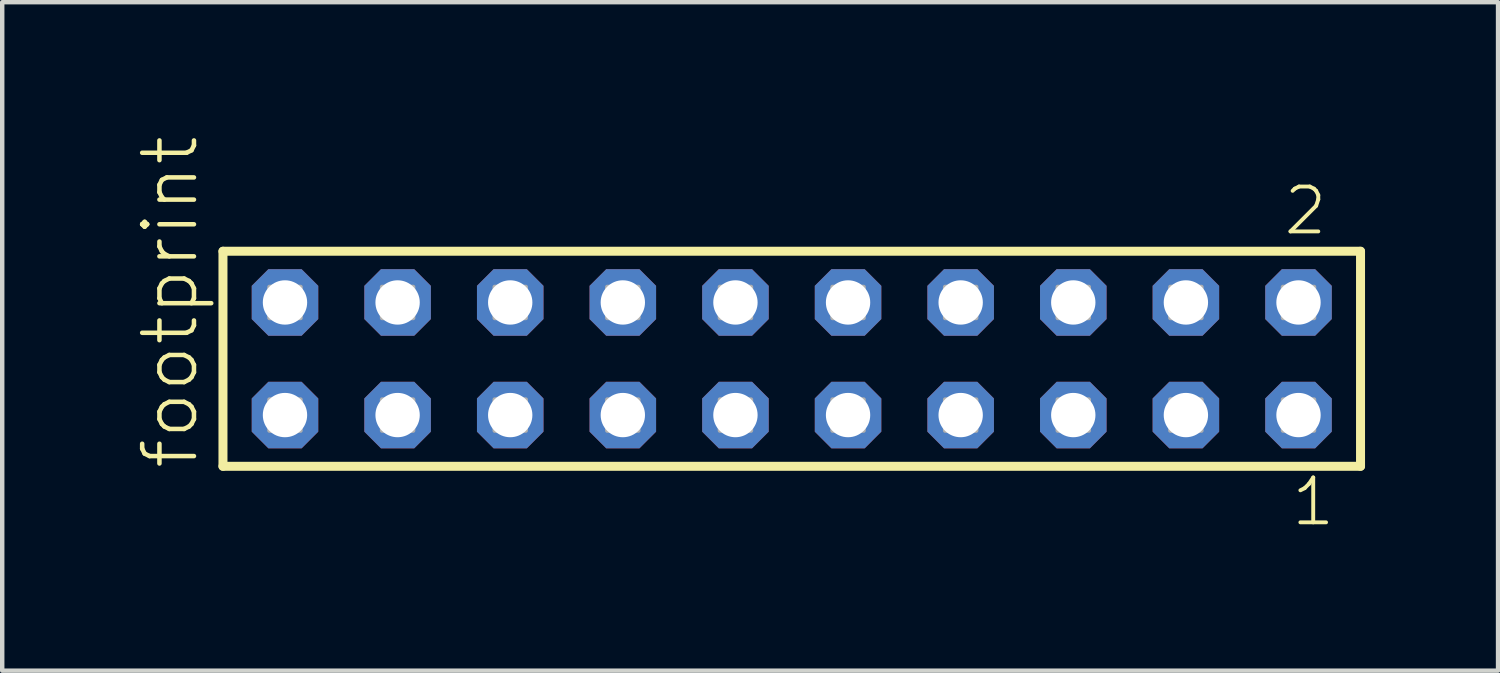
<source format=kicad_pcb>
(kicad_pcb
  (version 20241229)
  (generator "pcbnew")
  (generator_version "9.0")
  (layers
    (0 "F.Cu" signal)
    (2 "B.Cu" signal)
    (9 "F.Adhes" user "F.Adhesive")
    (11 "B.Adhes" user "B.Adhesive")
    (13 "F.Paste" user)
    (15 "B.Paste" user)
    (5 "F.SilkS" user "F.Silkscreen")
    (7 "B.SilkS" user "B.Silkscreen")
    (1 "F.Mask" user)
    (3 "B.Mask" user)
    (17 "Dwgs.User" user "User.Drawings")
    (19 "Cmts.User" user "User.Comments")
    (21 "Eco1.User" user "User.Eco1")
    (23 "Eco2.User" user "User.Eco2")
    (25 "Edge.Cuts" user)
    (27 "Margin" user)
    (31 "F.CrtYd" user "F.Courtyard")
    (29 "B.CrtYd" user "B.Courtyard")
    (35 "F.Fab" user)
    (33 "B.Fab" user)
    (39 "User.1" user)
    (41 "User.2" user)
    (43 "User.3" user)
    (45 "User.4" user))
  (footprint "footprint"
    (layer "F.Cu")
    (at 14.808 5.042)
    (property "Reference" "footprint" (at -13.335 2.54 90) (layer "F.SilkS") (effects (font (size 1.168 1.168) (thickness 0.102)) (justify left bottom)))
    (fp_line (start -12.829 -2.425) (end 12.829 -2.425) (stroke (width 0.203) (type solid)) (layer "F.SilkS"))
    (fp_line (start -12.829 2.425) (end -12.829 -2.425) (stroke (width 0.203) (type solid)) (layer "F.SilkS"))
    (fp_line (start 12.829 -2.425) (end 12.829 2.425) (stroke (width 0.203) (type solid)) (layer "F.SilkS"))
    (fp_line (start 12.829 2.425) (end -12.829 2.425) (stroke (width 0.203) (type solid)) (layer "F.SilkS"))
    (fp_poly (pts (xy -11.78 -0.92) (xy -11.08 -0.92) (xy -11.08 -1.62) (xy -11.78 -1.62)) (stroke (width 0.1) (type solid)) (fill no) (layer "F.Fab"))
    (fp_poly (pts (xy -11.78 1.62) (xy -11.08 1.62) (xy -11.08 0.92) (xy -11.78 0.92)) (stroke (width 0.1) (type solid)) (fill no) (layer "F.Fab"))
    (fp_poly (pts (xy -9.24 -0.92) (xy -8.54 -0.92) (xy -8.54 -1.62) (xy -9.24 -1.62)) (stroke (width 0.1) (type solid)) (fill no) (layer "F.Fab"))
    (fp_poly (pts (xy -9.24 1.62) (xy -8.54 1.62) (xy -8.54 0.92) (xy -9.24 0.92)) (stroke (width 0.1) (type solid)) (fill no) (layer "F.Fab"))
    (fp_poly (pts (xy -6.7 -0.92) (xy -6 -0.92) (xy -6 -1.62) (xy -6.7 -1.62)) (stroke (width 0.1) (type solid)) (fill no) (layer "F.Fab"))
    (fp_poly (pts (xy -6.7 1.62) (xy -6 1.62) (xy -6 0.92) (xy -6.7 0.92)) (stroke (width 0.1) (type solid)) (fill no) (layer "F.Fab"))
    (fp_poly (pts (xy -4.16 -0.92) (xy -3.46 -0.92) (xy -3.46 -1.62) (xy -4.16 -1.62)) (stroke (width 0.1) (type solid)) (fill no) (layer "F.Fab"))
    (fp_poly (pts (xy -4.16 1.62) (xy -3.46 1.62) (xy -3.46 0.92) (xy -4.16 0.92)) (stroke (width 0.1) (type solid)) (fill no) (layer "F.Fab"))
    (fp_poly (pts (xy -1.62 -0.92) (xy -0.92 -0.92) (xy -0.92 -1.62) (xy -1.62 -1.62)) (stroke (width 0.1) (type solid)) (fill no) (layer "F.Fab"))
    (fp_poly (pts (xy -1.62 1.62) (xy -0.92 1.62) (xy -0.92 0.92) (xy -1.62 0.92)) (stroke (width 0.1) (type solid)) (fill no) (layer "F.Fab"))
    (fp_poly (pts (xy 0.92 -0.92) (xy 1.62 -0.92) (xy 1.62 -1.62) (xy 0.92 -1.62)) (stroke (width 0.1) (type solid)) (fill no) (layer "F.Fab"))
    (fp_poly (pts (xy 0.92 1.62) (xy 1.62 1.62) (xy 1.62 0.92) (xy 0.92 0.92)) (stroke (width 0.1) (type solid)) (fill no) (layer "F.Fab"))
    (fp_poly (pts (xy 3.46 -0.92) (xy 4.16 -0.92) (xy 4.16 -1.62) (xy 3.46 -1.62)) (stroke (width 0.1) (type solid)) (fill no) (layer "F.Fab"))
    (fp_poly (pts (xy 3.46 1.62) (xy 4.16 1.62) (xy 4.16 0.92) (xy 3.46 0.92)) (stroke (width 0.1) (type solid)) (fill no) (layer "F.Fab"))
    (fp_poly (pts (xy 6 -0.92) (xy 6.7 -0.92) (xy 6.7 -1.62) (xy 6 -1.62)) (stroke (width 0.1) (type solid)) (fill no) (layer "F.Fab"))
    (fp_poly (pts (xy 6 1.62) (xy 6.7 1.62) (xy 6.7 0.92) (xy 6 0.92)) (stroke (width 0.1) (type solid)) (fill no) (layer "F.Fab"))
    (fp_poly (pts (xy 8.54 -0.92) (xy 9.24 -0.92) (xy 9.24 -1.62) (xy 8.54 -1.62)) (stroke (width 0.1) (type solid)) (fill no) (layer "F.Fab"))
    (fp_poly (pts (xy 8.54 1.62) (xy 9.24 1.62) (xy 9.24 0.92) (xy 8.54 0.92)) (stroke (width 0.1) (type solid)) (fill no) (layer "F.Fab"))
    (fp_poly (pts (xy 11.08 -0.92) (xy 11.78 -0.92) (xy 11.78 -1.62) (xy 11.08 -1.62)) (stroke (width 0.1) (type solid)) (fill no) (layer "F.Fab"))
    (fp_poly (pts (xy 11.08 1.62) (xy 11.78 1.62) (xy 11.78 0.92) (xy 11.08 0.92)) (stroke (width 0.1) (type solid)) (fill no) (layer "F.Fab"))
    (fp_text user "1" (at 11.222 3.818 0) (layer "F.SilkS") (effects (font (size 1.012 1.012) (thickness 0.088)) (justify left bottom)))
    (fp_text user "2" (at 11.047 -2.744 0) (layer "F.SilkS") (effects (font (size 1.012 1.012) (thickness 0.088)) (justify left bottom)))
    (pad "1" thru_hole roundrect (at 11.43 1.27 180) (size 1.5 1.5) (drill 1) (layers "*.Cu" "*.Mask") (roundrect_rratio 0.25) (chamfer_ratio 0.25) (chamfer top_left top_right bottom_left bottom_right))
    (pad "2" thru_hole roundrect (at 11.43 -1.27 180) (size 1.5 1.5) (drill 1) (layers "*.Cu" "*.Mask") (roundrect_rratio 0.25) (chamfer_ratio 0.25) (chamfer top_left top_right bottom_left bottom_right))
    (pad "3" thru_hole roundrect (at 8.89 1.27 180) (size 1.5 1.5) (drill 1) (layers "*.Cu" "*.Mask") (roundrect_rratio 0.25) (chamfer_ratio 0.25) (chamfer top_left top_right bottom_left bottom_right))
    (pad "4" thru_hole roundrect (at 8.89 -1.27 180) (size 1.5 1.5) (drill 1) (layers "*.Cu" "*.Mask") (roundrect_rratio 0.25) (chamfer_ratio 0.25) (chamfer top_left top_right bottom_left bottom_right))
    (pad "5" thru_hole roundrect (at 6.35 1.27 180) (size 1.5 1.5) (drill 1) (layers "*.Cu" "*.Mask") (roundrect_rratio 0.25) (chamfer_ratio 0.25) (chamfer top_left top_right bottom_left bottom_right))
    (pad "6" thru_hole roundrect (at 6.35 -1.27 180) (size 1.5 1.5) (drill 1) (layers "*.Cu" "*.Mask") (roundrect_rratio 0.25) (chamfer_ratio 0.25) (chamfer top_left top_right bottom_left bottom_right))
    (pad "7" thru_hole roundrect (at 3.81 1.27 180) (size 1.5 1.5) (drill 1) (layers "*.Cu" "*.Mask") (roundrect_rratio 0.25) (chamfer_ratio 0.25) (chamfer top_left top_right bottom_left bottom_right))
    (pad "8" thru_hole roundrect (at 3.81 -1.27 180) (size 1.5 1.5) (drill 1) (layers "*.Cu" "*.Mask") (roundrect_rratio 0.25) (chamfer_ratio 0.25) (chamfer top_left top_right bottom_left bottom_right))
    (pad "9" thru_hole roundrect (at 1.27 1.27 180) (size 1.5 1.5) (drill 1) (layers "*.Cu" "*.Mask") (roundrect_rratio 0.25) (chamfer_ratio 0.25) (chamfer top_left top_right bottom_left bottom_right))
    (pad "10" thru_hole roundrect (at 1.27 -1.27 180) (size 1.5 1.5) (drill 1) (layers "*.Cu" "*.Mask") (roundrect_rratio 0.25) (chamfer_ratio 0.25) (chamfer top_left top_right bottom_left bottom_right))
    (pad "11" thru_hole roundrect (at -1.27 1.27 180) (size 1.5 1.5) (drill 1) (layers "*.Cu" "*.Mask") (roundrect_rratio 0.25) (chamfer_ratio 0.25) (chamfer top_left top_right bottom_left bottom_right))
    (pad "12" thru_hole roundrect (at -1.27 -1.27 180) (size 1.5 1.5) (drill 1) (layers "*.Cu" "*.Mask") (roundrect_rratio 0.25) (chamfer_ratio 0.25) (chamfer top_left top_right bottom_left bottom_right))
    (pad "13" thru_hole roundrect (at -3.81 1.27 180) (size 1.5 1.5) (drill 1) (layers "*.Cu" "*.Mask") (roundrect_rratio 0.25) (chamfer_ratio 0.25) (chamfer top_left top_right bottom_left bottom_right))
    (pad "14" thru_hole roundrect (at -3.81 -1.27 180) (size 1.5 1.5) (drill 1) (layers "*.Cu" "*.Mask") (roundrect_rratio 0.25) (chamfer_ratio 0.25) (chamfer top_left top_right bottom_left bottom_right))
    (pad "15" thru_hole roundrect (at -6.35 1.27 180) (size 1.5 1.5) (drill 1) (layers "*.Cu" "*.Mask") (roundrect_rratio 0.25) (chamfer_ratio 0.25) (chamfer top_left top_right bottom_left bottom_right))
    (pad "16" thru_hole roundrect (at -6.35 -1.27 180) (size 1.5 1.5) (drill 1) (layers "*.Cu" "*.Mask") (roundrect_rratio 0.25) (chamfer_ratio 0.25) (chamfer top_left top_right bottom_left bottom_right))
    (pad "17" thru_hole roundrect (at -8.89 1.27 180) (size 1.5 1.5) (drill 1) (layers "*.Cu" "*.Mask") (roundrect_rratio 0.25) (chamfer_ratio 0.25) (chamfer top_left top_right bottom_left bottom_right))
    (pad "18" thru_hole roundrect (at -8.89 -1.27 180) (size 1.5 1.5) (drill 1) (layers "*.Cu" "*.Mask") (roundrect_rratio 0.25) (chamfer_ratio 0.25) (chamfer top_left top_right bottom_left bottom_right))
    (pad "19" thru_hole roundrect (at -11.43 1.27 180) (size 1.5 1.5) (drill 1) (layers "*.Cu" "*.Mask") (roundrect_rratio 0.25) (chamfer_ratio 0.25) (chamfer top_left top_right bottom_left bottom_right))
    (pad "20" thru_hole roundrect (at -11.43 -1.27 180) (size 1.5 1.5) (drill 1) (layers "*.Cu" "*.Mask") (roundrect_rratio 0.25) (chamfer_ratio 0.25) (chamfer top_left top_right bottom_left bottom_right)))
  (gr_rect
    (start -3 -3)
    (end 30.739 12.077)
    (stroke (width 0.1) (type default))
    (fill no)
    (layer "Edge.Cuts")))
</source>
